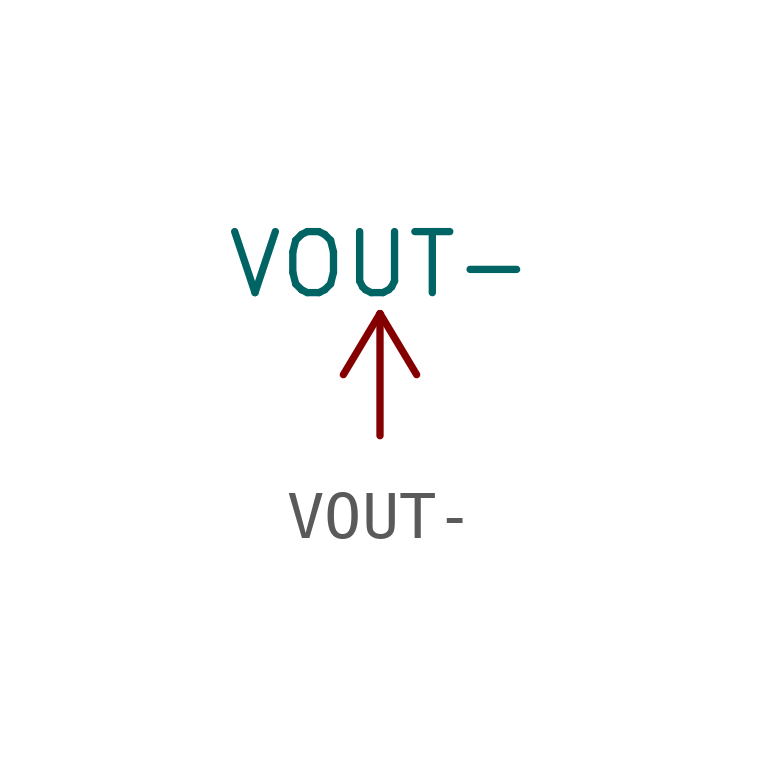
<source format=kicad_sym>
(kicad_symbol_lib
  (version 20211014)
  (generator kicad_symbol_editor)
  (symbol "VOUT-"
    (power)
    (pin_names
      (offset 0))
    (property "Reference" "#PWR"
      (at 0 -3.81 0)
      (effects (font (size 1.27 1.27)) hide))
    (property "Value" "VOUT-"
      (at 0 3.556 0)
      (effects (font (size 1.27 1.27))))
    (symbol "VOUT-_0_1"
      (polyline (pts (xy -0.762 1.27) (xy 0 2.54)) (stroke (width 0) (type default) (color 0 0 0 0)) (fill (type none)))
      (polyline (pts (xy 0 0) (xy 0 2.54)) (stroke (width 0) (type default) (color 0 0 0 0)) (fill (type none)))
      (polyline (pts (xy 0 2.54) (xy 0.762 1.27)) (stroke (width 0) (type default) (color 0 0 0 0)) (fill (type none))))
    (symbol "VOUT-_1_1"
      (pin power_in line (at 0 0 90) (length 0) hide (name "+1V0" (effects (font (size 1.27 1.27)))) (number "1" (effects (font (size 1.27 1.27))))))))
</source>
